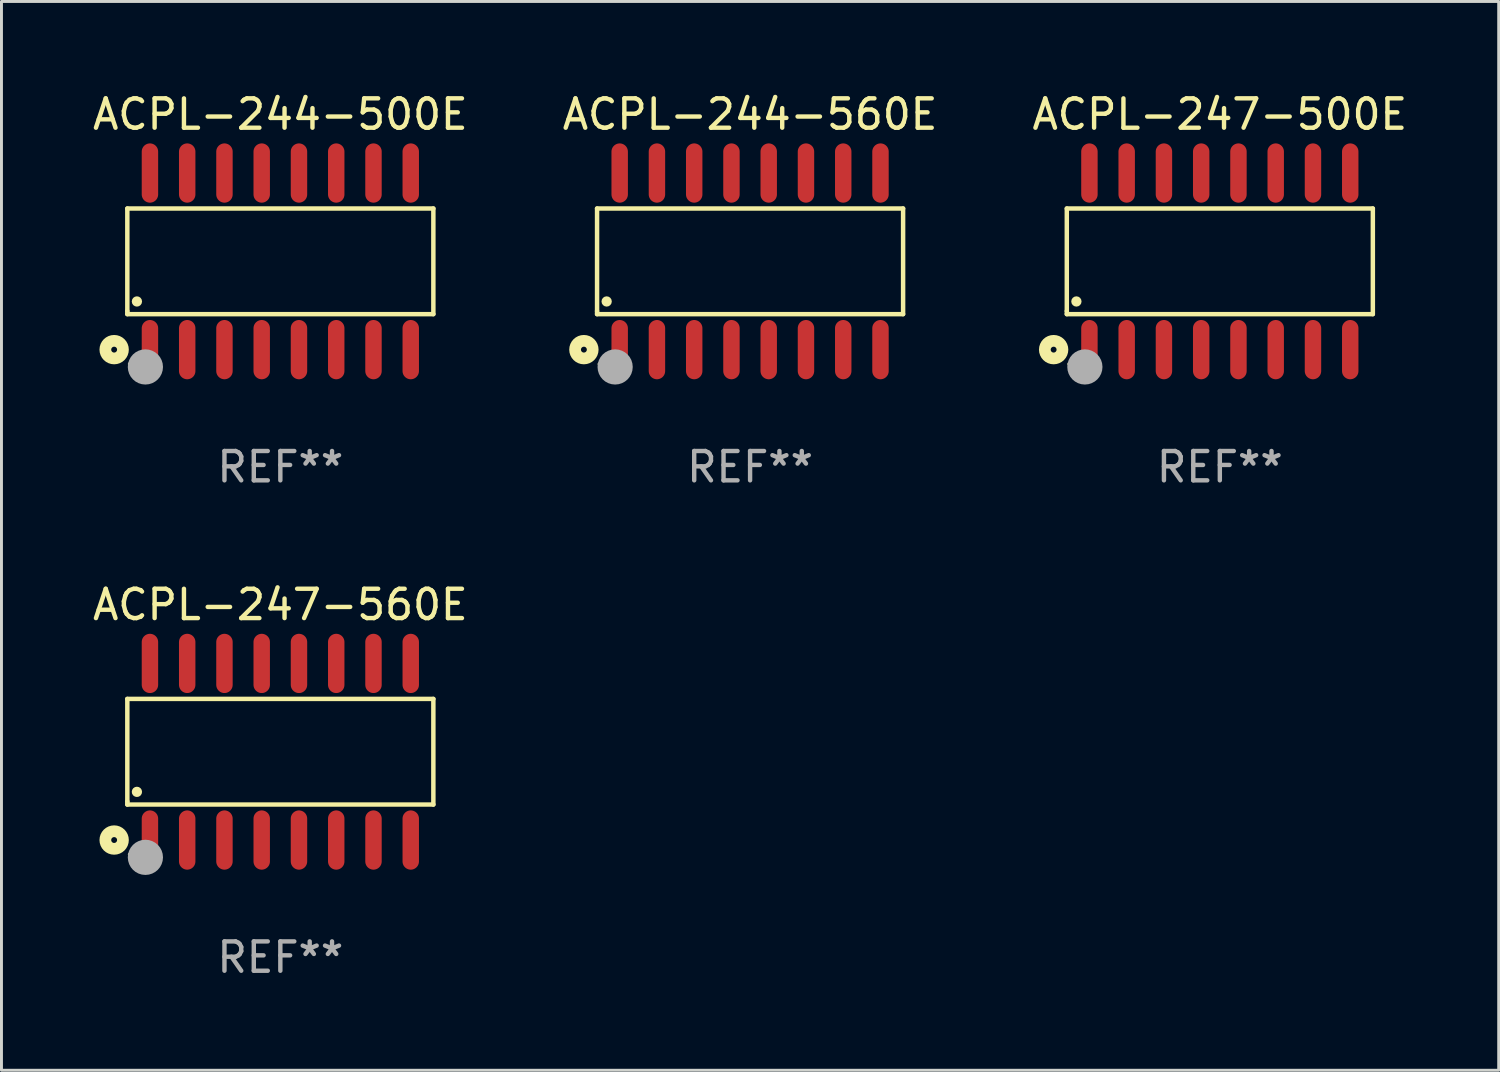
<source format=kicad_pcb>
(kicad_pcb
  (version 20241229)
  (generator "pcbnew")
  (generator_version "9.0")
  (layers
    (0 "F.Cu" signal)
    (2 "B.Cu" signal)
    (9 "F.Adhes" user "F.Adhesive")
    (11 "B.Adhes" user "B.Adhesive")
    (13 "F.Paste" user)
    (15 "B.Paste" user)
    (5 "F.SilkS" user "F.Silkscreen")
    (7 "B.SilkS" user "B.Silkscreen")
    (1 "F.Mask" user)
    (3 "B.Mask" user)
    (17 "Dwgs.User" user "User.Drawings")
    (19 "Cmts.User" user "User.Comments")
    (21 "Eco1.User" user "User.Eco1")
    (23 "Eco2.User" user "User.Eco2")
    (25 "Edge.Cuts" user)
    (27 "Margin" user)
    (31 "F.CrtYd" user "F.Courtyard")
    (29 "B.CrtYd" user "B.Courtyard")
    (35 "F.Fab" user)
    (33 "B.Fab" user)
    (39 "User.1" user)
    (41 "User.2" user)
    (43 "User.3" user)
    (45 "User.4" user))
  (footprint "ACPL-244-560E"
    (layer "F.Cu")
    (at 22.518 5.858)
    (property "Reference" "ACPL-244-560E" (at 0 -5.01 0) (layer "F.SilkS") (effects (font (size 1 1) (thickness 0.15))))
    (attr through_hole)
    (fp_line (start -5.216 -1.8) (end 5.216 -1.8) (stroke (width 0.152) (type solid)) (layer "F.SilkS"))
    (fp_line (start -5.216 1.695) (end -5.216 -1.8) (stroke (width 0.152) (type solid)) (layer "F.SilkS"))
    (fp_line (start -5.216 1.8) (end -5.216 1.695) (stroke (width 0.152) (type solid)) (layer "F.SilkS"))
    (fp_line (start 5.216 -1.8) (end 5.216 1.8) (stroke (width 0.152) (type solid)) (layer "F.SilkS"))
    (fp_line (start 5.216 1.8) (end -5.216 1.8) (stroke (width 0.152) (type solid)) (layer "F.SilkS"))
    (fp_circle (center -5.665 3.01) (end -5.565 3.01) (stroke (width 0.4) (type solid)) (fill no) (layer "F.SilkS"))
    (fp_circle (center -5.14 3.5) (end -5.11 3.5) (stroke (width 0.06) (type solid)) (fill no) (layer "F.SilkS"))
    (fp_circle (center -4.889 1.368) (end -4.801 1.368) (stroke (width 0.175) (type solid)) (fill no) (layer "F.SilkS"))
    (fp_circle (center -4.6 3.6) (end -4.3 3.6) (stroke (width 0.6) (type solid)) (fill no) (layer "F.Fab"))
    (fp_text user "REF**" (at 0 7.01 0) (layer "F.Fab") (effects (font (size 1 1) (thickness 0.15))))
    (pad "1" smd oval (at -4.445 3.01) (size 0.56 2.02) (layers "F.Cu" "F.Mask" "F.Paste"))
    (pad "2" smd oval (at -3.175 3.01) (size 0.56 2.02) (layers "F.Cu" "F.Mask" "F.Paste"))
    (pad "3" smd oval (at -1.905 3.01) (size 0.56 2.02) (layers "F.Cu" "F.Mask" "F.Paste"))
    (pad "4" smd oval (at -0.635 3.01) (size 0.56 2.02) (layers "F.Cu" "F.Mask" "F.Paste"))
    (pad "5" smd oval (at 0.635 3.01) (size 0.56 2.02) (layers "F.Cu" "F.Mask" "F.Paste"))
    (pad "6" smd oval (at 1.905 3.01) (size 0.56 2.02) (layers "F.Cu" "F.Mask" "F.Paste"))
    (pad "7" smd oval (at 3.175 3.01) (size 0.56 2.02) (layers "F.Cu" "F.Mask" "F.Paste"))
    (pad "8" smd oval (at 4.445 3.01) (size 0.56 2.02) (layers "F.Cu" "F.Mask" "F.Paste"))
    (pad "9" smd oval (at 4.445 -3.01) (size 0.56 2.02) (layers "F.Cu" "F.Mask" "F.Paste"))
    (pad "10" smd oval (at 3.175 -3.01) (size 0.56 2.02) (layers "F.Cu" "F.Mask" "F.Paste"))
    (pad "11" smd oval (at 1.905 -3.01) (size 0.56 2.02) (layers "F.Cu" "F.Mask" "F.Paste"))
    (pad "12" smd oval (at 0.635 -3.01) (size 0.56 2.02) (layers "F.Cu" "F.Mask" "F.Paste"))
    (pad "13" smd oval (at -0.635 -3.01) (size 0.56 2.02) (layers "F.Cu" "F.Mask" "F.Paste"))
    (pad "14" smd oval (at -1.905 -3.01) (size 0.56 2.02) (layers "F.Cu" "F.Mask" "F.Paste"))
    (pad "15" smd oval (at -3.175 -3.01) (size 0.56 2.02) (layers "F.Cu" "F.Mask" "F.Paste"))
    (pad "16" smd oval (at -4.445 -3.01) (size 0.56 2.02) (layers "F.Cu" "F.Mask" "F.Paste")))
  (footprint "ACPL-247-560E"
    (layer "F.Cu")
    (at 6.506 22.574)
    (property "Reference" "ACPL-247-560E" (at 0 -5.01 0) (layer "F.SilkS") (effects (font (size 1 1) (thickness 0.15))))
    (attr through_hole)
    (fp_line (start -5.216 -1.8) (end 5.216 -1.8) (stroke (width 0.152) (type solid)) (layer "F.SilkS"))
    (fp_line (start -5.216 1.695) (end -5.216 -1.8) (stroke (width 0.152) (type solid)) (layer "F.SilkS"))
    (fp_line (start -5.216 1.8) (end -5.216 1.695) (stroke (width 0.152) (type solid)) (layer "F.SilkS"))
    (fp_line (start 5.216 -1.8) (end 5.216 1.8) (stroke (width 0.152) (type solid)) (layer "F.SilkS"))
    (fp_line (start 5.216 1.8) (end -5.216 1.8) (stroke (width 0.152) (type solid)) (layer "F.SilkS"))
    (fp_circle (center -5.665 3.01) (end -5.565 3.01) (stroke (width 0.4) (type solid)) (fill no) (layer "F.SilkS"))
    (fp_circle (center -5.14 3.5) (end -5.11 3.5) (stroke (width 0.06) (type solid)) (fill no) (layer "F.SilkS"))
    (fp_circle (center -4.889 1.368) (end -4.801 1.368) (stroke (width 0.175) (type solid)) (fill no) (layer "F.SilkS"))
    (fp_circle (center -4.6 3.6) (end -4.3 3.6) (stroke (width 0.6) (type solid)) (fill no) (layer "F.Fab"))
    (fp_text user "REF**" (at 0 7.01 0) (layer "F.Fab") (effects (font (size 1 1) (thickness 0.15))))
    (pad "1" smd oval (at -4.445 3.01) (size 0.56 2.02) (layers "F.Cu" "F.Mask" "F.Paste"))
    (pad "2" smd oval (at -3.175 3.01) (size 0.56 2.02) (layers "F.Cu" "F.Mask" "F.Paste"))
    (pad "3" smd oval (at -1.905 3.01) (size 0.56 2.02) (layers "F.Cu" "F.Mask" "F.Paste"))
    (pad "4" smd oval (at -0.635 3.01) (size 0.56 2.02) (layers "F.Cu" "F.Mask" "F.Paste"))
    (pad "5" smd oval (at 0.635 3.01) (size 0.56 2.02) (layers "F.Cu" "F.Mask" "F.Paste"))
    (pad "6" smd oval (at 1.905 3.01) (size 0.56 2.02) (layers "F.Cu" "F.Mask" "F.Paste"))
    (pad "7" smd oval (at 3.175 3.01) (size 0.56 2.02) (layers "F.Cu" "F.Mask" "F.Paste"))
    (pad "8" smd oval (at 4.445 3.01) (size 0.56 2.02) (layers "F.Cu" "F.Mask" "F.Paste"))
    (pad "9" smd oval (at 4.445 -3.01) (size 0.56 2.02) (layers "F.Cu" "F.Mask" "F.Paste"))
    (pad "10" smd oval (at 3.175 -3.01) (size 0.56 2.02) (layers "F.Cu" "F.Mask" "F.Paste"))
    (pad "11" smd oval (at 1.905 -3.01) (size 0.56 2.02) (layers "F.Cu" "F.Mask" "F.Paste"))
    (pad "12" smd oval (at 0.635 -3.01) (size 0.56 2.02) (layers "F.Cu" "F.Mask" "F.Paste"))
    (pad "13" smd oval (at -0.635 -3.01) (size 0.56 2.02) (layers "F.Cu" "F.Mask" "F.Paste"))
    (pad "14" smd oval (at -1.905 -3.01) (size 0.56 2.02) (layers "F.Cu" "F.Mask" "F.Paste"))
    (pad "15" smd oval (at -3.175 -3.01) (size 0.56 2.02) (layers "F.Cu" "F.Mask" "F.Paste"))
    (pad "16" smd oval (at -4.445 -3.01) (size 0.56 2.02) (layers "F.Cu" "F.Mask" "F.Paste")))
  (footprint "ACPL-247-500E"
    (layer "F.Cu")
    (at 38.53 5.858)
    (property "Reference" "ACPL-247-500E" (at 0 -5.01 0) (layer "F.SilkS") (effects (font (size 1 1) (thickness 0.15))))
    (attr through_hole)
    (fp_line (start -5.216 -1.8) (end 5.216 -1.8) (stroke (width 0.152) (type solid)) (layer "F.SilkS"))
    (fp_line (start -5.216 1.695) (end -5.216 -1.8) (stroke (width 0.152) (type solid)) (layer "F.SilkS"))
    (fp_line (start -5.216 1.8) (end -5.216 1.695) (stroke (width 0.152) (type solid)) (layer "F.SilkS"))
    (fp_line (start 5.216 -1.8) (end 5.216 1.8) (stroke (width 0.152) (type solid)) (layer "F.SilkS"))
    (fp_line (start 5.216 1.8) (end -5.216 1.8) (stroke (width 0.152) (type solid)) (layer "F.SilkS"))
    (fp_circle (center -5.665 3.01) (end -5.565 3.01) (stroke (width 0.4) (type solid)) (fill no) (layer "F.SilkS"))
    (fp_circle (center -5.14 3.5) (end -5.11 3.5) (stroke (width 0.06) (type solid)) (fill no) (layer "F.SilkS"))
    (fp_circle (center -4.889 1.368) (end -4.801 1.368) (stroke (width 0.175) (type solid)) (fill no) (layer "F.SilkS"))
    (fp_circle (center -4.6 3.6) (end -4.3 3.6) (stroke (width 0.6) (type solid)) (fill no) (layer "F.Fab"))
    (fp_text user "REF**" (at 0 7.01 0) (layer "F.Fab") (effects (font (size 1 1) (thickness 0.15))))
    (pad "1" smd oval (at -4.445 3.01) (size 0.56 2.02) (layers "F.Cu" "F.Mask" "F.Paste"))
    (pad "2" smd oval (at -3.175 3.01) (size 0.56 2.02) (layers "F.Cu" "F.Mask" "F.Paste"))
    (pad "3" smd oval (at -1.905 3.01) (size 0.56 2.02) (layers "F.Cu" "F.Mask" "F.Paste"))
    (pad "4" smd oval (at -0.635 3.01) (size 0.56 2.02) (layers "F.Cu" "F.Mask" "F.Paste"))
    (pad "5" smd oval (at 0.635 3.01) (size 0.56 2.02) (layers "F.Cu" "F.Mask" "F.Paste"))
    (pad "6" smd oval (at 1.905 3.01) (size 0.56 2.02) (layers "F.Cu" "F.Mask" "F.Paste"))
    (pad "7" smd oval (at 3.175 3.01) (size 0.56 2.02) (layers "F.Cu" "F.Mask" "F.Paste"))
    (pad "8" smd oval (at 4.445 3.01) (size 0.56 2.02) (layers "F.Cu" "F.Mask" "F.Paste"))
    (pad "9" smd oval (at 4.445 -3.01) (size 0.56 2.02) (layers "F.Cu" "F.Mask" "F.Paste"))
    (pad "10" smd oval (at 3.175 -3.01) (size 0.56 2.02) (layers "F.Cu" "F.Mask" "F.Paste"))
    (pad "11" smd oval (at 1.905 -3.01) (size 0.56 2.02) (layers "F.Cu" "F.Mask" "F.Paste"))
    (pad "12" smd oval (at 0.635 -3.01) (size 0.56 2.02) (layers "F.Cu" "F.Mask" "F.Paste"))
    (pad "13" smd oval (at -0.635 -3.01) (size 0.56 2.02) (layers "F.Cu" "F.Mask" "F.Paste"))
    (pad "14" smd oval (at -1.905 -3.01) (size 0.56 2.02) (layers "F.Cu" "F.Mask" "F.Paste"))
    (pad "15" smd oval (at -3.175 -3.01) (size 0.56 2.02) (layers "F.Cu" "F.Mask" "F.Paste"))
    (pad "16" smd oval (at -4.445 -3.01) (size 0.56 2.02) (layers "F.Cu" "F.Mask" "F.Paste")))
  (footprint "ACPL-244-500E"
    (layer "F.Cu")
    (at 6.506 5.858)
    (property "Reference" "ACPL-244-500E" (at 0 -5.01 0) (layer "F.SilkS") (effects (font (size 1 1) (thickness 0.15))))
    (attr through_hole)
    (fp_line (start -5.216 -1.8) (end 5.216 -1.8) (stroke (width 0.152) (type solid)) (layer "F.SilkS"))
    (fp_line (start -5.216 1.695) (end -5.216 -1.8) (stroke (width 0.152) (type solid)) (layer "F.SilkS"))
    (fp_line (start -5.216 1.8) (end -5.216 1.695) (stroke (width 0.152) (type solid)) (layer "F.SilkS"))
    (fp_line (start 5.216 -1.8) (end 5.216 1.8) (stroke (width 0.152) (type solid)) (layer "F.SilkS"))
    (fp_line (start 5.216 1.8) (end -5.216 1.8) (stroke (width 0.152) (type solid)) (layer "F.SilkS"))
    (fp_circle (center -5.665 3.01) (end -5.565 3.01) (stroke (width 0.4) (type solid)) (fill no) (layer "F.SilkS"))
    (fp_circle (center -5.14 3.5) (end -5.11 3.5) (stroke (width 0.06) (type solid)) (fill no) (layer "F.SilkS"))
    (fp_circle (center -4.889 1.368) (end -4.801 1.368) (stroke (width 0.175) (type solid)) (fill no) (layer "F.SilkS"))
    (fp_circle (center -4.6 3.6) (end -4.3 3.6) (stroke (width 0.6) (type solid)) (fill no) (layer "F.Fab"))
    (fp_text user "REF**" (at 0 7.01 0) (layer "F.Fab") (effects (font (size 1 1) (thickness 0.15))))
    (pad "1" smd oval (at -4.445 3.01) (size 0.56 2.02) (layers "F.Cu" "F.Mask" "F.Paste"))
    (pad "2" smd oval (at -3.175 3.01) (size 0.56 2.02) (layers "F.Cu" "F.Mask" "F.Paste"))
    (pad "3" smd oval (at -1.905 3.01) (size 0.56 2.02) (layers "F.Cu" "F.Mask" "F.Paste"))
    (pad "4" smd oval (at -0.635 3.01) (size 0.56 2.02) (layers "F.Cu" "F.Mask" "F.Paste"))
    (pad "5" smd oval (at 0.635 3.01) (size 0.56 2.02) (layers "F.Cu" "F.Mask" "F.Paste"))
    (pad "6" smd oval (at 1.905 3.01) (size 0.56 2.02) (layers "F.Cu" "F.Mask" "F.Paste"))
    (pad "7" smd oval (at 3.175 3.01) (size 0.56 2.02) (layers "F.Cu" "F.Mask" "F.Paste"))
    (pad "8" smd oval (at 4.445 3.01) (size 0.56 2.02) (layers "F.Cu" "F.Mask" "F.Paste"))
    (pad "9" smd oval (at 4.445 -3.01) (size 0.56 2.02) (layers "F.Cu" "F.Mask" "F.Paste"))
    (pad "10" smd oval (at 3.175 -3.01) (size 0.56 2.02) (layers "F.Cu" "F.Mask" "F.Paste"))
    (pad "11" smd oval (at 1.905 -3.01) (size 0.56 2.02) (layers "F.Cu" "F.Mask" "F.Paste"))
    (pad "12" smd oval (at 0.635 -3.01) (size 0.56 2.02) (layers "F.Cu" "F.Mask" "F.Paste"))
    (pad "13" smd oval (at -0.635 -3.01) (size 0.56 2.02) (layers "F.Cu" "F.Mask" "F.Paste"))
    (pad "14" smd oval (at -1.905 -3.01) (size 0.56 2.02) (layers "F.Cu" "F.Mask" "F.Paste"))
    (pad "15" smd oval (at -3.175 -3.01) (size 0.56 2.02) (layers "F.Cu" "F.Mask" "F.Paste"))
    (pad "16" smd oval (at -4.445 -3.01) (size 0.56 2.02) (layers "F.Cu" "F.Mask" "F.Paste")))
  (gr_rect
    (start -3 -3)
    (end 48.036 33.433)
    (stroke (width 0.1) (type default))
    (fill no)
    (layer "Edge.Cuts")))
</source>
